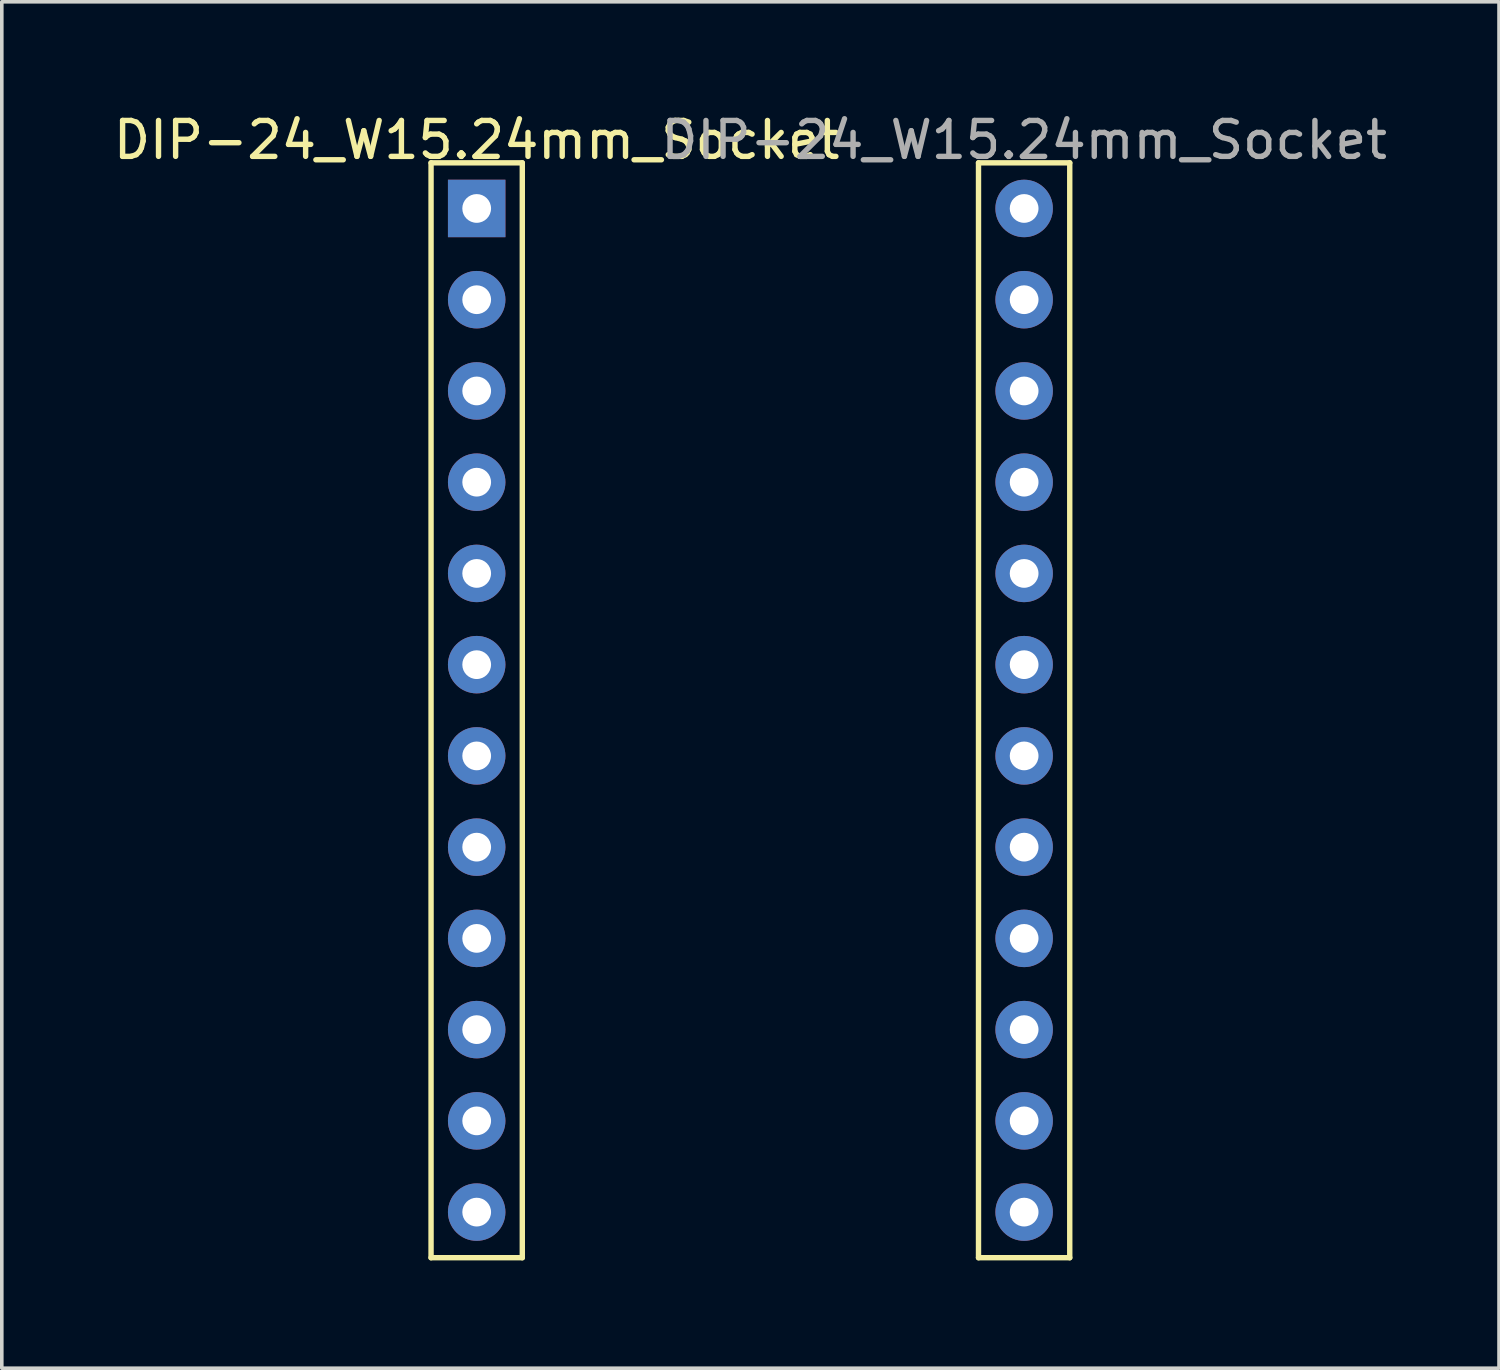
<source format=kicad_pcb>
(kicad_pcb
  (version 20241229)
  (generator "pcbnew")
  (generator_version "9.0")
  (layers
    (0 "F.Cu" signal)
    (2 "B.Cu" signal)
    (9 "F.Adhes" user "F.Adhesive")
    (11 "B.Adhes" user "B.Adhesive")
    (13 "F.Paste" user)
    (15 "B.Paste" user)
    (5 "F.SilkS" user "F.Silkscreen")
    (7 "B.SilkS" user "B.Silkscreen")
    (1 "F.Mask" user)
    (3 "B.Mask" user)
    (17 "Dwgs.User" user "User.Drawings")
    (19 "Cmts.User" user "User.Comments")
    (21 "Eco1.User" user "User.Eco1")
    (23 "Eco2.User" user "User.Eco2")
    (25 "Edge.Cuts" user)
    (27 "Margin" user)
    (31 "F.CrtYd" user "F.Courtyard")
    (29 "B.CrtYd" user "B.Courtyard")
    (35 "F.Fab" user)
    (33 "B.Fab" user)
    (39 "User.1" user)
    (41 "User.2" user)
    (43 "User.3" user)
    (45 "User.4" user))
  (footprint "DIP-24_W15.24mm_Socket"
    (layer "F.Cu")
    (at 10.22 2.753)
    (property "Reference" "DIP-24_W15.24mm_Socket" (at 0 -1.905 0) (layer "F.SilkS") (effects (font (size 1 1) (thickness 0.15))))
    (attr through_hole)
    (fp_line (start -1.27 -1.27) (end 1.27 -1.27) (stroke (width 0.15) (type solid)) (layer "F.SilkS"))
    (fp_line (start -1.27 29.21) (end -1.27 -1.27) (stroke (width 0.15) (type solid)) (layer "F.SilkS"))
    (fp_line (start 1.27 -1.27) (end 1.27 29.21) (stroke (width 0.15) (type solid)) (layer "F.SilkS"))
    (fp_line (start 1.27 29.21) (end -1.27 29.21) (stroke (width 0.15) (type solid)) (layer "F.SilkS"))
    (fp_line (start 13.97 -1.27) (end 16.51 -1.27) (stroke (width 0.15) (type solid)) (layer "F.SilkS"))
    (fp_line (start 13.97 29.21) (end 13.97 -1.27) (stroke (width 0.15) (type solid)) (layer "F.SilkS"))
    (fp_line (start 16.51 -1.27) (end 16.51 29.21) (stroke (width 0.15) (type solid)) (layer "F.SilkS"))
    (fp_line (start 16.51 29.21) (end 13.97 29.21) (stroke (width 0.15) (type solid)) (layer "F.SilkS"))
    (fp_text user "${REFERENCE}" (at 15.24 -1.905 0) (layer "F.Fab") (effects (font (size 1 1) (thickness 0.15))))
    (pad "1" thru_hole rect (at 0 0) (size 1.6 1.6) (drill 0.8) (layers "*.Cu" "*.Mask"))
    (pad "2" thru_hole oval (at 0 2.54) (size 1.6 1.6) (drill 0.8) (layers "*.Cu" "*.Mask"))
    (pad "3" thru_hole oval (at 0 5.08) (size 1.6 1.6) (drill 0.8) (layers "*.Cu" "*.Mask"))
    (pad "4" thru_hole oval (at 0 7.62) (size 1.6 1.6) (drill 0.8) (layers "*.Cu" "*.Mask"))
    (pad "5" thru_hole oval (at 0 10.16) (size 1.6 1.6) (drill 0.8) (layers "*.Cu" "*.Mask"))
    (pad "6" thru_hole oval (at 0 12.7) (size 1.6 1.6) (drill 0.8) (layers "*.Cu" "*.Mask"))
    (pad "7" thru_hole oval (at 0 15.24) (size 1.6 1.6) (drill 0.8) (layers "*.Cu" "*.Mask"))
    (pad "8" thru_hole oval (at 0 17.78) (size 1.6 1.6) (drill 0.8) (layers "*.Cu" "*.Mask"))
    (pad "9" thru_hole oval (at 0 20.32) (size 1.6 1.6) (drill 0.8) (layers "*.Cu" "*.Mask"))
    (pad "10" thru_hole oval (at 0 22.86) (size 1.6 1.6) (drill 0.8) (layers "*.Cu" "*.Mask"))
    (pad "11" thru_hole oval (at 0 25.4) (size 1.6 1.6) (drill 0.8) (layers "*.Cu" "*.Mask"))
    (pad "12" thru_hole oval (at 0 27.94) (size 1.6 1.6) (drill 0.8) (layers "*.Cu" "*.Mask"))
    (pad "13" thru_hole oval (at 15.24 27.94) (size 1.6 1.6) (drill 0.8) (layers "*.Cu" "*.Mask"))
    (pad "14" thru_hole oval (at 15.24 25.4) (size 1.6 1.6) (drill 0.8) (layers "*.Cu" "*.Mask"))
    (pad "15" thru_hole oval (at 15.24 22.86) (size 1.6 1.6) (drill 0.8) (layers "*.Cu" "*.Mask"))
    (pad "16" thru_hole oval (at 15.24 20.32) (size 1.6 1.6) (drill 0.8) (layers "*.Cu" "*.Mask"))
    (pad "17" thru_hole oval (at 15.24 17.78) (size 1.6 1.6) (drill 0.8) (layers "*.Cu" "*.Mask"))
    (pad "18" thru_hole oval (at 15.24 15.24) (size 1.6 1.6) (drill 0.8) (layers "*.Cu" "*.Mask"))
    (pad "19" thru_hole oval (at 15.24 12.7) (size 1.6 1.6) (drill 0.8) (layers "*.Cu" "*.Mask"))
    (pad "20" thru_hole oval (at 15.24 10.16) (size 1.6 1.6) (drill 0.8) (layers "*.Cu" "*.Mask"))
    (pad "21" thru_hole oval (at 15.24 7.62) (size 1.6 1.6) (drill 0.8) (layers "*.Cu" "*.Mask"))
    (pad "22" thru_hole oval (at 15.24 5.08) (size 1.6 1.6) (drill 0.8) (layers "*.Cu" "*.Mask"))
    (pad "23" thru_hole oval (at 15.24 2.54) (size 1.6 1.6) (drill 0.8) (layers "*.Cu" "*.Mask"))
    (pad "24" thru_hole oval (at 15.24 0) (size 1.6 1.6) (drill 0.8) (layers "*.Cu" "*.Mask")))
  (gr_rect
    (start -3 -3)
    (end 38.68 35.038)
    (stroke (width 0.1) (type default))
    (fill no)
    (layer "Edge.Cuts")))
</source>
